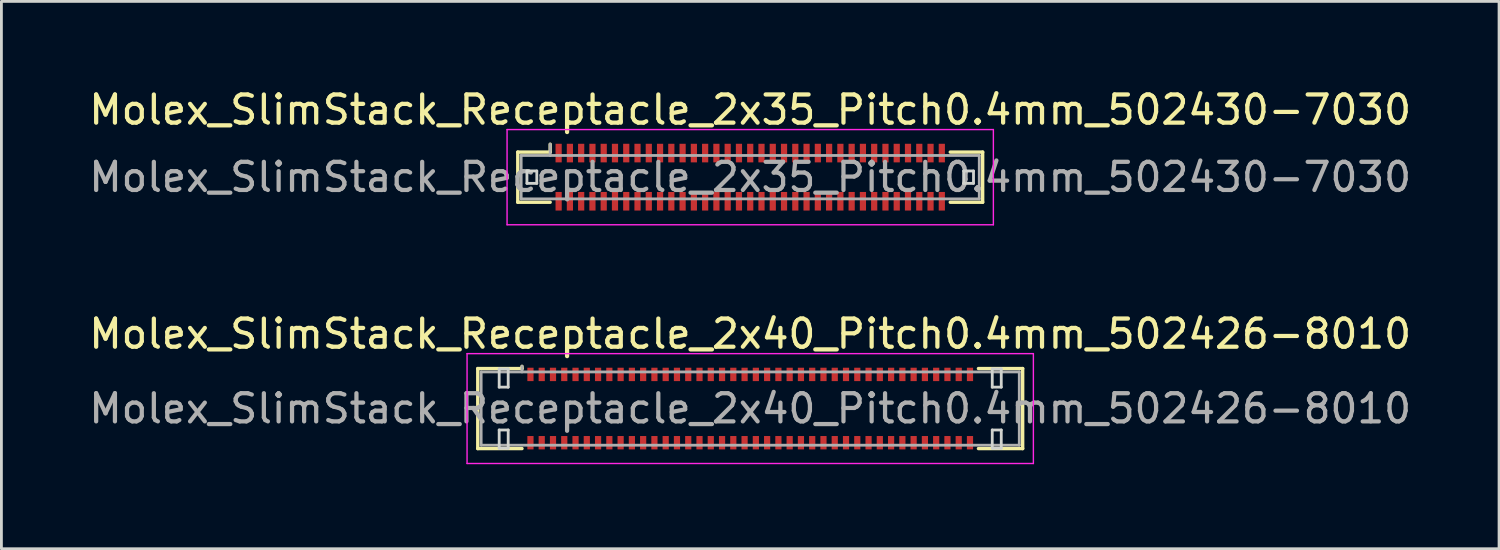
<source format=kicad_pcb>
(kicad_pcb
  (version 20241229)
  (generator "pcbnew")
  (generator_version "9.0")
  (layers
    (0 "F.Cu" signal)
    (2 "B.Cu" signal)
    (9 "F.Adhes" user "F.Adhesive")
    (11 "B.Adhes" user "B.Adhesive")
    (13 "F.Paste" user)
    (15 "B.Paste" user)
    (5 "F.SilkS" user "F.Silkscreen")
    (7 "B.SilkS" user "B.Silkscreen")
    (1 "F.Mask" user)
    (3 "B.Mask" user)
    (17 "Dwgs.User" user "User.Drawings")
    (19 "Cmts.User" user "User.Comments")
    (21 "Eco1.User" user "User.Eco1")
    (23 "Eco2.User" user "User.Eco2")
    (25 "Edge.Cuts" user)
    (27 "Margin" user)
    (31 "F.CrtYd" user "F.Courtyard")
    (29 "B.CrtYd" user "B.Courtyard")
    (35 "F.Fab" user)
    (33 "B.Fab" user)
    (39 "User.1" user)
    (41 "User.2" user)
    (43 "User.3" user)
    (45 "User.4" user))
  (footprint "Molex_SlimStack_Receptacle_2x35_Pitch0.4mm_502430-7030"
    (layer "F.Cu")
    (at 23.577 3.238)
    (property "Reference" "Molex_SlimStack_Receptacle_2x35_Pitch0.4mm_502430-7030" (at 0 -2.39 0) (layer "F.SilkS") (effects (font (size 1 1) (thickness 0.15))))
    (attr smd)
    (fp_line (start -8.25 -0.89) (end -7.1 -0.89) (stroke (width 0.12) (type solid)) (layer "F.SilkS"))
    (fp_line (start -8.25 0.89) (end -8.25 -0.89) (stroke (width 0.12) (type solid)) (layer "F.SilkS"))
    (fp_line (start -7.1 -0.89) (end -7.1 -1.17) (stroke (width 0.12) (type solid)) (layer "F.SilkS"))
    (fp_line (start -7.1 0.89) (end -8.25 0.89) (stroke (width 0.12) (type solid)) (layer "F.SilkS"))
    (fp_line (start 7.1 0.89) (end 8.25 0.89) (stroke (width 0.12) (type solid)) (layer "F.SilkS"))
    (fp_line (start 8.25 -0.89) (end 7.1 -0.89) (stroke (width 0.12) (type solid)) (layer "F.SilkS"))
    (fp_line (start 8.25 0.89) (end 8.25 -0.89) (stroke (width 0.12) (type solid)) (layer "F.SilkS"))
    (fp_line (start -7.925 -0.22) (end -7.925 0.22) (stroke (width 0.1) (type solid)) (layer "Edge.Cuts"))
    (fp_line (start -7.925 0.22) (end -7.575 0.22) (stroke (width 0.1) (type solid)) (layer "Edge.Cuts"))
    (fp_line (start -7.575 -0.22) (end -7.925 -0.22) (stroke (width 0.1) (type solid)) (layer "Edge.Cuts"))
    (fp_line (start -7.575 0.22) (end -7.575 -0.22) (stroke (width 0.1) (type solid)) (layer "Edge.Cuts"))
    (fp_line (start 7.575 -0.22) (end 7.575 0.22) (stroke (width 0.1) (type solid)) (layer "Edge.Cuts"))
    (fp_line (start 7.575 0.22) (end 7.925 0.22) (stroke (width 0.1) (type solid)) (layer "Edge.Cuts"))
    (fp_line (start 7.925 -0.22) (end 7.575 -0.22) (stroke (width 0.1) (type solid)) (layer "Edge.Cuts"))
    (fp_line (start 7.925 0.22) (end 7.925 -0.22) (stroke (width 0.1) (type solid)) (layer "Edge.Cuts"))
    (fp_line (start -8.63 -1.69) (end -8.63 1.69) (stroke (width 0.05) (type solid)) (layer "F.CrtYd"))
    (fp_line (start -8.63 1.69) (end 8.63 1.69) (stroke (width 0.05) (type solid)) (layer "F.CrtYd"))
    (fp_line (start 8.63 -1.69) (end -8.63 -1.69) (stroke (width 0.05) (type solid)) (layer "F.CrtYd"))
    (fp_line (start 8.63 1.69) (end 8.63 -1.69) (stroke (width 0.05) (type solid)) (layer "F.CrtYd"))
    (fp_line (start -8.13 -0.77) (end -8.13 0.77) (stroke (width 0.1) (type solid)) (layer "F.Fab"))
    (fp_line (start -8.13 0.77) (end 8.13 0.77) (stroke (width 0.1) (type solid)) (layer "F.Fab"))
    (fp_line (start -7.1 -0.77) (end -7.1 -1.17) (stroke (width 0.1) (type solid)) (layer "F.Fab"))
    (fp_line (start 8.13 -0.77) (end -8.13 -0.77) (stroke (width 0.1) (type solid)) (layer "F.Fab"))
    (fp_line (start 8.13 0.77) (end 8.13 -0.77) (stroke (width 0.1) (type solid)) (layer "F.Fab"))
    (fp_text user "${REFERENCE}" (at 0 0 0) (layer "F.Fab") (effects (font (size 1 1) (thickness 0.15))))
    (pad "1" smd rect (at -6.8 -0.855) (size 0.22 0.66) (layers "F.Cu" "F.Mask" "F.Paste"))
    (pad "2" smd rect (at -6.8 0.855) (size 0.22 0.66) (layers "F.Cu" "F.Mask" "F.Paste"))
    (pad "3" smd rect (at -6.4 -0.855) (size 0.22 0.66) (layers "F.Cu" "F.Mask" "F.Paste"))
    (pad "4" smd rect (at -6.4 0.855) (size 0.22 0.66) (layers "F.Cu" "F.Mask" "F.Paste"))
    (pad "5" smd rect (at -6 -0.855) (size 0.22 0.66) (layers "F.Cu" "F.Mask" "F.Paste"))
    (pad "6" smd rect (at -6 0.855) (size 0.22 0.66) (layers "F.Cu" "F.Mask" "F.Paste"))
    (pad "7" smd rect (at -5.6 -0.855) (size 0.22 0.66) (layers "F.Cu" "F.Mask" "F.Paste"))
    (pad "8" smd rect (at -5.6 0.855) (size 0.22 0.66) (layers "F.Cu" "F.Mask" "F.Paste"))
    (pad "9" smd rect (at -5.2 -0.855) (size 0.22 0.66) (layers "F.Cu" "F.Mask" "F.Paste"))
    (pad "10" smd rect (at -5.2 0.855) (size 0.22 0.66) (layers "F.Cu" "F.Mask" "F.Paste"))
    (pad "11" smd rect (at -4.8 -0.855) (size 0.22 0.66) (layers "F.Cu" "F.Mask" "F.Paste"))
    (pad "12" smd rect (at -4.8 0.855) (size 0.22 0.66) (layers "F.Cu" "F.Mask" "F.Paste"))
    (pad "13" smd rect (at -4.4 -0.855) (size 0.22 0.66) (layers "F.Cu" "F.Mask" "F.Paste"))
    (pad "14" smd rect (at -4.4 0.855) (size 0.22 0.66) (layers "F.Cu" "F.Mask" "F.Paste"))
    (pad "15" smd rect (at -4 -0.855) (size 0.22 0.66) (layers "F.Cu" "F.Mask" "F.Paste"))
    (pad "16" smd rect (at -4 0.855) (size 0.22 0.66) (layers "F.Cu" "F.Mask" "F.Paste"))
    (pad "17" smd rect (at -3.6 -0.855) (size 0.22 0.66) (layers "F.Cu" "F.Mask" "F.Paste"))
    (pad "18" smd rect (at -3.6 0.855) (size 0.22 0.66) (layers "F.Cu" "F.Mask" "F.Paste"))
    (pad "19" smd rect (at -3.2 -0.855) (size 0.22 0.66) (layers "F.Cu" "F.Mask" "F.Paste"))
    (pad "20" smd rect (at -3.2 0.855) (size 0.22 0.66) (layers "F.Cu" "F.Mask" "F.Paste"))
    (pad "21" smd rect (at -2.8 -0.855) (size 0.22 0.66) (layers "F.Cu" "F.Mask" "F.Paste"))
    (pad "22" smd rect (at -2.8 0.855) (size 0.22 0.66) (layers "F.Cu" "F.Mask" "F.Paste"))
    (pad "23" smd rect (at -2.4 -0.855) (size 0.22 0.66) (layers "F.Cu" "F.Mask" "F.Paste"))
    (pad "24" smd rect (at -2.4 0.855) (size 0.22 0.66) (layers "F.Cu" "F.Mask" "F.Paste"))
    (pad "25" smd rect (at -2 -0.855) (size 0.22 0.66) (layers "F.Cu" "F.Mask" "F.Paste"))
    (pad "26" smd rect (at -2 0.855) (size 0.22 0.66) (layers "F.Cu" "F.Mask" "F.Paste"))
    (pad "27" smd rect (at -1.6 -0.855) (size 0.22 0.66) (layers "F.Cu" "F.Mask" "F.Paste"))
    (pad "28" smd rect (at -1.6 0.855) (size 0.22 0.66) (layers "F.Cu" "F.Mask" "F.Paste"))
    (pad "29" smd rect (at -1.2 -0.855) (size 0.22 0.66) (layers "F.Cu" "F.Mask" "F.Paste"))
    (pad "30" smd rect (at -1.2 0.855) (size 0.22 0.66) (layers "F.Cu" "F.Mask" "F.Paste"))
    (pad "31" smd rect (at -0.8 -0.855) (size 0.22 0.66) (layers "F.Cu" "F.Mask" "F.Paste"))
    (pad "32" smd rect (at -0.8 0.855) (size 0.22 0.66) (layers "F.Cu" "F.Mask" "F.Paste"))
    (pad "33" smd rect (at -0.4 -0.855) (size 0.22 0.66) (layers "F.Cu" "F.Mask" "F.Paste"))
    (pad "34" smd rect (at -0.4 0.855) (size 0.22 0.66) (layers "F.Cu" "F.Mask" "F.Paste"))
    (pad "35" smd rect (at 0 -0.855) (size 0.22 0.66) (layers "F.Cu" "F.Mask" "F.Paste"))
    (pad "36" smd rect (at 0 0.855) (size 0.22 0.66) (layers "F.Cu" "F.Mask" "F.Paste"))
    (pad "37" smd rect (at 0.4 -0.855) (size 0.22 0.66) (layers "F.Cu" "F.Mask" "F.Paste"))
    (pad "38" smd rect (at 0.4 0.855) (size 0.22 0.66) (layers "F.Cu" "F.Mask" "F.Paste"))
    (pad "39" smd rect (at 0.8 -0.855) (size 0.22 0.66) (layers "F.Cu" "F.Mask" "F.Paste"))
    (pad "40" smd rect (at 0.8 0.855) (size 0.22 0.66) (layers "F.Cu" "F.Mask" "F.Paste"))
    (pad "41" smd rect (at 1.2 -0.855) (size 0.22 0.66) (layers "F.Cu" "F.Mask" "F.Paste"))
    (pad "42" smd rect (at 1.2 0.855) (size 0.22 0.66) (layers "F.Cu" "F.Mask" "F.Paste"))
    (pad "43" smd rect (at 1.6 -0.855) (size 0.22 0.66) (layers "F.Cu" "F.Mask" "F.Paste"))
    (pad "44" smd rect (at 1.6 0.855) (size 0.22 0.66) (layers "F.Cu" "F.Mask" "F.Paste"))
    (pad "45" smd rect (at 2 -0.855) (size 0.22 0.66) (layers "F.Cu" "F.Mask" "F.Paste"))
    (pad "46" smd rect (at 2 0.855) (size 0.22 0.66) (layers "F.Cu" "F.Mask" "F.Paste"))
    (pad "47" smd rect (at 2.4 -0.855) (size 0.22 0.66) (layers "F.Cu" "F.Mask" "F.Paste"))
    (pad "48" smd rect (at 2.4 0.855) (size 0.22 0.66) (layers "F.Cu" "F.Mask" "F.Paste"))
    (pad "49" smd rect (at 2.8 -0.855) (size 0.22 0.66) (layers "F.Cu" "F.Mask" "F.Paste"))
    (pad "50" smd rect (at 2.8 0.855) (size 0.22 0.66) (layers "F.Cu" "F.Mask" "F.Paste"))
    (pad "51" smd rect (at 3.2 -0.855) (size 0.22 0.66) (layers "F.Cu" "F.Mask" "F.Paste"))
    (pad "52" smd rect (at 3.2 0.855) (size 0.22 0.66) (layers "F.Cu" "F.Mask" "F.Paste"))
    (pad "53" smd rect (at 3.6 -0.855) (size 0.22 0.66) (layers "F.Cu" "F.Mask" "F.Paste"))
    (pad "54" smd rect (at 3.6 0.855) (size 0.22 0.66) (layers "F.Cu" "F.Mask" "F.Paste"))
    (pad "55" smd rect (at 4 -0.855) (size 0.22 0.66) (layers "F.Cu" "F.Mask" "F.Paste"))
    (pad "56" smd rect (at 4 0.855) (size 0.22 0.66) (layers "F.Cu" "F.Mask" "F.Paste"))
    (pad "57" smd rect (at 4.4 -0.855) (size 0.22 0.66) (layers "F.Cu" "F.Mask" "F.Paste"))
    (pad "58" smd rect (at 4.4 0.855) (size 0.22 0.66) (layers "F.Cu" "F.Mask" "F.Paste"))
    (pad "59" smd rect (at 4.8 -0.855) (size 0.22 0.66) (layers "F.Cu" "F.Mask" "F.Paste"))
    (pad "60" smd rect (at 4.8 0.855) (size 0.22 0.66) (layers "F.Cu" "F.Mask" "F.Paste"))
    (pad "61" smd rect (at 5.2 -0.855) (size 0.22 0.66) (layers "F.Cu" "F.Mask" "F.Paste"))
    (pad "62" smd rect (at 5.2 0.855) (size 0.22 0.66) (layers "F.Cu" "F.Mask" "F.Paste"))
    (pad "63" smd rect (at 5.6 -0.855) (size 0.22 0.66) (layers "F.Cu" "F.Mask" "F.Paste"))
    (pad "64" smd rect (at 5.6 0.855) (size 0.22 0.66) (layers "F.Cu" "F.Mask" "F.Paste"))
    (pad "65" smd rect (at 6 -0.855) (size 0.22 0.66) (layers "F.Cu" "F.Mask" "F.Paste"))
    (pad "66" smd rect (at 6 0.855) (size 0.22 0.66) (layers "F.Cu" "F.Mask" "F.Paste"))
    (pad "67" smd rect (at 6.4 -0.855) (size 0.22 0.66) (layers "F.Cu" "F.Mask" "F.Paste"))
    (pad "68" smd rect (at 6.4 0.855) (size 0.22 0.66) (layers "F.Cu" "F.Mask" "F.Paste"))
    (pad "69" smd rect (at 6.8 -0.855) (size 0.22 0.66) (layers "F.Cu" "F.Mask" "F.Paste"))
    (pad "70" smd rect (at 6.8 0.855) (size 0.22 0.66) (layers "F.Cu" "F.Mask" "F.Paste")))
  (footprint "Molex_SlimStack_Receptacle_2x40_Pitch0.4mm_502426-8010"
    (layer "F.Cu")
    (at 23.577 11.451)
    (property "Reference" "Molex_SlimStack_Receptacle_2x40_Pitch0.4mm_502426-8010" (at 0 -2.65 0) (layer "F.SilkS") (effects (font (size 1 1) (thickness 0.15))))
    (attr smd)
    (fp_line (start -9.67 -1.42) (end -8.1 -1.42) (stroke (width 0.12) (type solid)) (layer "F.SilkS"))
    (fp_line (start -9.67 1.42) (end -9.67 -1.42) (stroke (width 0.12) (type solid)) (layer "F.SilkS"))
    (fp_line (start -8.1 -1.42) (end -8.1 -1.5) (stroke (width 0.12) (type solid)) (layer "F.SilkS"))
    (fp_line (start -8.1 1.42) (end -9.67 1.42) (stroke (width 0.12) (type solid)) (layer "F.SilkS"))
    (fp_line (start 8.1 1.42) (end 9.67 1.42) (stroke (width 0.12) (type solid)) (layer "F.SilkS"))
    (fp_line (start 9.67 -1.42) (end 8.1 -1.42) (stroke (width 0.12) (type solid)) (layer "F.SilkS"))
    (fp_line (start 9.67 1.42) (end 9.67 -1.42) (stroke (width 0.12) (type solid)) (layer "F.SilkS"))
    (fp_line (start -8.91 -1.41) (end -8.91 -0.76) (stroke (width 0.1) (type solid)) (layer "Edge.Cuts"))
    (fp_line (start -8.91 -0.76) (end -8.59 -0.76) (stroke (width 0.1) (type solid)) (layer "Edge.Cuts"))
    (fp_line (start -8.91 0.76) (end -8.91 1.41) (stroke (width 0.1) (type solid)) (layer "Edge.Cuts"))
    (fp_line (start -8.91 1.41) (end -8.59 1.41) (stroke (width 0.1) (type solid)) (layer "Edge.Cuts"))
    (fp_line (start -8.59 -1.41) (end -8.91 -1.41) (stroke (width 0.1) (type solid)) (layer "Edge.Cuts"))
    (fp_line (start -8.59 -0.76) (end -8.59 -1.41) (stroke (width 0.1) (type solid)) (layer "Edge.Cuts"))
    (fp_line (start -8.59 0.76) (end -8.91 0.76) (stroke (width 0.1) (type solid)) (layer "Edge.Cuts"))
    (fp_line (start -8.59 1.41) (end -8.59 0.76) (stroke (width 0.1) (type solid)) (layer "Edge.Cuts"))
    (fp_line (start 8.59 -1.41) (end 8.59 -0.76) (stroke (width 0.1) (type solid)) (layer "Edge.Cuts"))
    (fp_line (start 8.59 -0.76) (end 8.91 -0.76) (stroke (width 0.1) (type solid)) (layer "Edge.Cuts"))
    (fp_line (start 8.59 0.76) (end 8.59 1.41) (stroke (width 0.1) (type solid)) (layer "Edge.Cuts"))
    (fp_line (start 8.59 1.41) (end 8.91 1.41) (stroke (width 0.1) (type solid)) (layer "Edge.Cuts"))
    (fp_line (start 8.91 -1.41) (end 8.59 -1.41) (stroke (width 0.1) (type solid)) (layer "Edge.Cuts"))
    (fp_line (start 8.91 -0.76) (end 8.91 -1.41) (stroke (width 0.1) (type solid)) (layer "Edge.Cuts"))
    (fp_line (start 8.91 0.76) (end 8.59 0.76) (stroke (width 0.1) (type solid)) (layer "Edge.Cuts"))
    (fp_line (start 8.91 1.41) (end 8.91 0.76) (stroke (width 0.1) (type solid)) (layer "Edge.Cuts"))
    (fp_line (start -10.05 -1.95) (end -10.05 1.95) (stroke (width 0.05) (type solid)) (layer "F.CrtYd"))
    (fp_line (start -10.05 1.95) (end 10.05 1.95) (stroke (width 0.05) (type solid)) (layer "F.CrtYd"))
    (fp_line (start 10.05 -1.95) (end -10.05 -1.95) (stroke (width 0.05) (type solid)) (layer "F.CrtYd"))
    (fp_line (start 10.05 1.95) (end 10.05 -1.95) (stroke (width 0.05) (type solid)) (layer "F.CrtYd"))
    (fp_line (start -9.55 -1.3) (end -9.55 1.3) (stroke (width 0.1) (type solid)) (layer "F.Fab"))
    (fp_line (start -9.55 1.3) (end 9.55 1.3) (stroke (width 0.1) (type solid)) (layer "F.Fab"))
    (fp_line (start -8.1 -1.3) (end -8.1 -1.5) (stroke (width 0.1) (type solid)) (layer "F.Fab"))
    (fp_line (start 9.55 -1.3) (end -9.55 -1.3) (stroke (width 0.1) (type solid)) (layer "F.Fab"))
    (fp_line (start 9.55 1.3) (end 9.55 -1.3) (stroke (width 0.1) (type solid)) (layer "F.Fab"))
    (fp_text user "${REFERENCE}" (at 0 0 0) (layer "F.Fab") (effects (font (size 1 1) (thickness 0.15))))
    (pad "1" smd rect (at -7.8 -1.212) (size 0.22 0.475) (layers "F.Cu" "F.Mask" "F.Paste"))
    (pad "2" smd rect (at -7.8 1.212) (size 0.22 0.475) (layers "F.Cu" "F.Mask" "F.Paste"))
    (pad "3" smd rect (at -7.4 -1.212) (size 0.22 0.475) (layers "F.Cu" "F.Mask" "F.Paste"))
    (pad "4" smd rect (at -7.4 1.212) (size 0.22 0.475) (layers "F.Cu" "F.Mask" "F.Paste"))
    (pad "5" smd rect (at -7 -1.212) (size 0.22 0.475) (layers "F.Cu" "F.Mask" "F.Paste"))
    (pad "6" smd rect (at -7 1.212) (size 0.22 0.475) (layers "F.Cu" "F.Mask" "F.Paste"))
    (pad "7" smd rect (at -6.6 -1.212) (size 0.22 0.475) (layers "F.Cu" "F.Mask" "F.Paste"))
    (pad "8" smd rect (at -6.6 1.212) (size 0.22 0.475) (layers "F.Cu" "F.Mask" "F.Paste"))
    (pad "9" smd rect (at -6.2 -1.212) (size 0.22 0.475) (layers "F.Cu" "F.Mask" "F.Paste"))
    (pad "10" smd rect (at -6.2 1.212) (size 0.22 0.475) (layers "F.Cu" "F.Mask" "F.Paste"))
    (pad "11" smd rect (at -5.8 -1.212) (size 0.22 0.475) (layers "F.Cu" "F.Mask" "F.Paste"))
    (pad "12" smd rect (at -5.8 1.212) (size 0.22 0.475) (layers "F.Cu" "F.Mask" "F.Paste"))
    (pad "13" smd rect (at -5.4 -1.212) (size 0.22 0.475) (layers "F.Cu" "F.Mask" "F.Paste"))
    (pad "14" smd rect (at -5.4 1.212) (size 0.22 0.475) (layers "F.Cu" "F.Mask" "F.Paste"))
    (pad "15" smd rect (at -5 -1.212) (size 0.22 0.475) (layers "F.Cu" "F.Mask" "F.Paste"))
    (pad "16" smd rect (at -5 1.212) (size 0.22 0.475) (layers "F.Cu" "F.Mask" "F.Paste"))
    (pad "17" smd rect (at -4.6 -1.212) (size 0.22 0.475) (layers "F.Cu" "F.Mask" "F.Paste"))
    (pad "18" smd rect (at -4.6 1.212) (size 0.22 0.475) (layers "F.Cu" "F.Mask" "F.Paste"))
    (pad "19" smd rect (at -4.2 -1.212) (size 0.22 0.475) (layers "F.Cu" "F.Mask" "F.Paste"))
    (pad "20" smd rect (at -4.2 1.212) (size 0.22 0.475) (layers "F.Cu" "F.Mask" "F.Paste"))
    (pad "21" smd rect (at -3.8 -1.212) (size 0.22 0.475) (layers "F.Cu" "F.Mask" "F.Paste"))
    (pad "22" smd rect (at -3.8 1.212) (size 0.22 0.475) (layers "F.Cu" "F.Mask" "F.Paste"))
    (pad "23" smd rect (at -3.4 -1.212) (size 0.22 0.475) (layers "F.Cu" "F.Mask" "F.Paste"))
    (pad "24" smd rect (at -3.4 1.212) (size 0.22 0.475) (layers "F.Cu" "F.Mask" "F.Paste"))
    (pad "25" smd rect (at -3 -1.212) (size 0.22 0.475) (layers "F.Cu" "F.Mask" "F.Paste"))
    (pad "26" smd rect (at -3 1.212) (size 0.22 0.475) (layers "F.Cu" "F.Mask" "F.Paste"))
    (pad "27" smd rect (at -2.6 -1.212) (size 0.22 0.475) (layers "F.Cu" "F.Mask" "F.Paste"))
    (pad "28" smd rect (at -2.6 1.212) (size 0.22 0.475) (layers "F.Cu" "F.Mask" "F.Paste"))
    (pad "29" smd rect (at -2.2 -1.212) (size 0.22 0.475) (layers "F.Cu" "F.Mask" "F.Paste"))
    (pad "30" smd rect (at -2.2 1.212) (size 0.22 0.475) (layers "F.Cu" "F.Mask" "F.Paste"))
    (pad "31" smd rect (at -1.8 -1.212) (size 0.22 0.475) (layers "F.Cu" "F.Mask" "F.Paste"))
    (pad "32" smd rect (at -1.8 1.212) (size 0.22 0.475) (layers "F.Cu" "F.Mask" "F.Paste"))
    (pad "33" smd rect (at -1.4 -1.212) (size 0.22 0.475) (layers "F.Cu" "F.Mask" "F.Paste"))
    (pad "34" smd rect (at -1.4 1.212) (size 0.22 0.475) (layers "F.Cu" "F.Mask" "F.Paste"))
    (pad "35" smd rect (at -1 -1.212) (size 0.22 0.475) (layers "F.Cu" "F.Mask" "F.Paste"))
    (pad "36" smd rect (at -1 1.212) (size 0.22 0.475) (layers "F.Cu" "F.Mask" "F.Paste"))
    (pad "37" smd rect (at -0.6 -1.212) (size 0.22 0.475) (layers "F.Cu" "F.Mask" "F.Paste"))
    (pad "38" smd rect (at -0.6 1.212) (size 0.22 0.475) (layers "F.Cu" "F.Mask" "F.Paste"))
    (pad "39" smd rect (at -0.2 -1.212) (size 0.22 0.475) (layers "F.Cu" "F.Mask" "F.Paste"))
    (pad "40" smd rect (at -0.2 1.212) (size 0.22 0.475) (layers "F.Cu" "F.Mask" "F.Paste"))
    (pad "41" smd rect (at 0.2 -1.212) (size 0.22 0.475) (layers "F.Cu" "F.Mask" "F.Paste"))
    (pad "42" smd rect (at 0.2 1.212) (size 0.22 0.475) (layers "F.Cu" "F.Mask" "F.Paste"))
    (pad "43" smd rect (at 0.6 -1.212) (size 0.22 0.475) (layers "F.Cu" "F.Mask" "F.Paste"))
    (pad "44" smd rect (at 0.6 1.212) (size 0.22 0.475) (layers "F.Cu" "F.Mask" "F.Paste"))
    (pad "45" smd rect (at 1 -1.212) (size 0.22 0.475) (layers "F.Cu" "F.Mask" "F.Paste"))
    (pad "46" smd rect (at 1 1.212) (size 0.22 0.475) (layers "F.Cu" "F.Mask" "F.Paste"))
    (pad "47" smd rect (at 1.4 -1.212) (size 0.22 0.475) (layers "F.Cu" "F.Mask" "F.Paste"))
    (pad "48" smd rect (at 1.4 1.212) (size 0.22 0.475) (layers "F.Cu" "F.Mask" "F.Paste"))
    (pad "49" smd rect (at 1.8 -1.212) (size 0.22 0.475) (layers "F.Cu" "F.Mask" "F.Paste"))
    (pad "50" smd rect (at 1.8 1.212) (size 0.22 0.475) (layers "F.Cu" "F.Mask" "F.Paste"))
    (pad "51" smd rect (at 2.2 -1.212) (size 0.22 0.475) (layers "F.Cu" "F.Mask" "F.Paste"))
    (pad "52" smd rect (at 2.2 1.212) (size 0.22 0.475) (layers "F.Cu" "F.Mask" "F.Paste"))
    (pad "53" smd rect (at 2.6 -1.212) (size 0.22 0.475) (layers "F.Cu" "F.Mask" "F.Paste"))
    (pad "54" smd rect (at 2.6 1.212) (size 0.22 0.475) (layers "F.Cu" "F.Mask" "F.Paste"))
    (pad "55" smd rect (at 3 -1.212) (size 0.22 0.475) (layers "F.Cu" "F.Mask" "F.Paste"))
    (pad "56" smd rect (at 3 1.212) (size 0.22 0.475) (layers "F.Cu" "F.Mask" "F.Paste"))
    (pad "57" smd rect (at 3.4 -1.212) (size 0.22 0.475) (layers "F.Cu" "F.Mask" "F.Paste"))
    (pad "58" smd rect (at 3.4 1.212) (size 0.22 0.475) (layers "F.Cu" "F.Mask" "F.Paste"))
    (pad "59" smd rect (at 3.8 -1.212) (size 0.22 0.475) (layers "F.Cu" "F.Mask" "F.Paste"))
    (pad "60" smd rect (at 3.8 1.212) (size 0.22 0.475) (layers "F.Cu" "F.Mask" "F.Paste"))
    (pad "61" smd rect (at 4.2 -1.212) (size 0.22 0.475) (layers "F.Cu" "F.Mask" "F.Paste"))
    (pad "62" smd rect (at 4.2 1.212) (size 0.22 0.475) (layers "F.Cu" "F.Mask" "F.Paste"))
    (pad "63" smd rect (at 4.6 -1.212) (size 0.22 0.475) (layers "F.Cu" "F.Mask" "F.Paste"))
    (pad "64" smd rect (at 4.6 1.212) (size 0.22 0.475) (layers "F.Cu" "F.Mask" "F.Paste"))
    (pad "65" smd rect (at 5 -1.212) (size 0.22 0.475) (layers "F.Cu" "F.Mask" "F.Paste"))
    (pad "66" smd rect (at 5 1.212) (size 0.22 0.475) (layers "F.Cu" "F.Mask" "F.Paste"))
    (pad "67" smd rect (at 5.4 -1.212) (size 0.22 0.475) (layers "F.Cu" "F.Mask" "F.Paste"))
    (pad "68" smd rect (at 5.4 1.212) (size 0.22 0.475) (layers "F.Cu" "F.Mask" "F.Paste"))
    (pad "69" smd rect (at 5.8 -1.212) (size 0.22 0.475) (layers "F.Cu" "F.Mask" "F.Paste"))
    (pad "70" smd rect (at 5.8 1.212) (size 0.22 0.475) (layers "F.Cu" "F.Mask" "F.Paste"))
    (pad "71" smd rect (at 6.2 -1.212) (size 0.22 0.475) (layers "F.Cu" "F.Mask" "F.Paste"))
    (pad "72" smd rect (at 6.2 1.212) (size 0.22 0.475) (layers "F.Cu" "F.Mask" "F.Paste"))
    (pad "73" smd rect (at 6.6 -1.212) (size 0.22 0.475) (layers "F.Cu" "F.Mask" "F.Paste"))
    (pad "74" smd rect (at 6.6 1.212) (size 0.22 0.475) (layers "F.Cu" "F.Mask" "F.Paste"))
    (pad "75" smd rect (at 7 -1.212) (size 0.22 0.475) (layers "F.Cu" "F.Mask" "F.Paste"))
    (pad "76" smd rect (at 7 1.212) (size 0.22 0.475) (layers "F.Cu" "F.Mask" "F.Paste"))
    (pad "77" smd rect (at 7.4 -1.212) (size 0.22 0.475) (layers "F.Cu" "F.Mask" "F.Paste"))
    (pad "78" smd rect (at 7.4 1.212) (size 0.22 0.475) (layers "F.Cu" "F.Mask" "F.Paste"))
    (pad "79" smd rect (at 7.8 -1.212) (size 0.22 0.475) (layers "F.Cu" "F.Mask" "F.Paste"))
    (pad "80" smd rect (at 7.8 1.212) (size 0.22 0.475) (layers "F.Cu" "F.Mask" "F.Paste")))
  (gr_rect
    (start -3 -3)
    (end 50.155 16.427)
    (stroke (width 0.1) (type default))
    (fill no)
    (layer "Edge.Cuts")))
</source>
